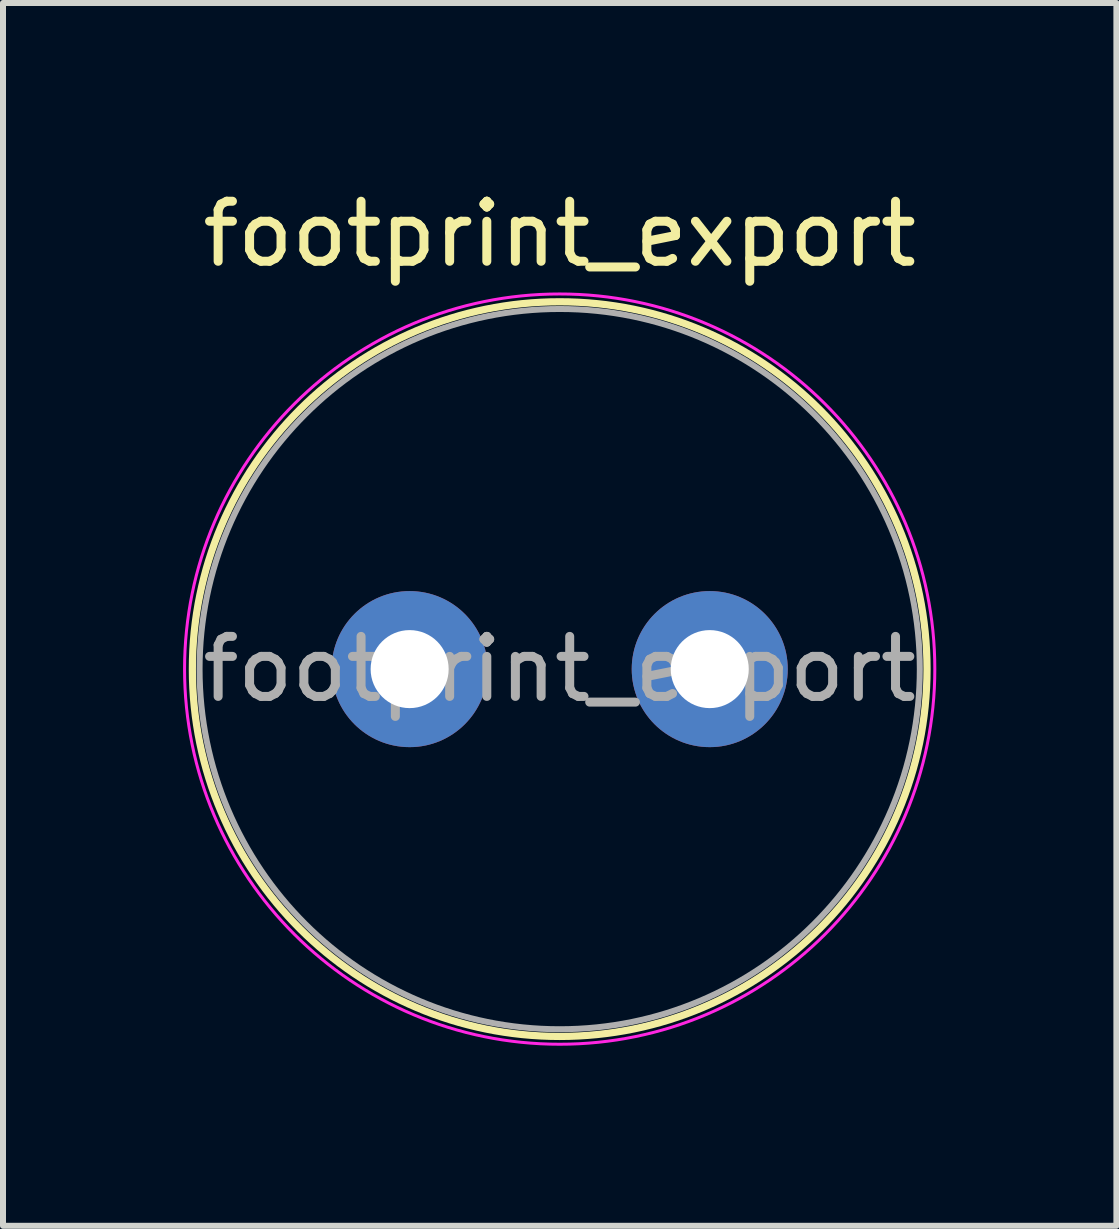
<source format=kicad_pcb>
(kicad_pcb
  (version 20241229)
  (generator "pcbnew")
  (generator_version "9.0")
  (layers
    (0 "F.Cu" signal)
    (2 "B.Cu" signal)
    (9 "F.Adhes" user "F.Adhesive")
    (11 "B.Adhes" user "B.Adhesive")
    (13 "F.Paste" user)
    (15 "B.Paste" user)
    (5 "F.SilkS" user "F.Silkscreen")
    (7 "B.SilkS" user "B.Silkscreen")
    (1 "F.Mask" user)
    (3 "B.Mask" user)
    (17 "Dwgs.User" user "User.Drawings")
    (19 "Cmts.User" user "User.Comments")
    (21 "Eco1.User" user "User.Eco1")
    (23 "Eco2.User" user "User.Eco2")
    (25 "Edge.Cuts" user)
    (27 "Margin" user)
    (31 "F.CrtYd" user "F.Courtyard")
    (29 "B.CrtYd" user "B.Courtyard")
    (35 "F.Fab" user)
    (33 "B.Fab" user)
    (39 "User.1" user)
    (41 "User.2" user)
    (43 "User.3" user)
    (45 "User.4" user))
  (footprint "footprint_export"
    (layer "F.Cu")
    (at 3.775 8.098)
    (property "Reference" "footprint_export" (at 2.5 -7.25 0) (layer "F.SilkS") (effects (font (size 1 1) (thickness 0.15))))
    (attr through_hole)
    (fp_circle (center 2.5 0) (end 8.62 0) (stroke (width 0.12) (type solid)) (fill no) (layer "F.SilkS"))
    (fp_circle (center 2.5 0) (end 8.75 0) (stroke (width 0.05) (type solid)) (fill no) (layer "F.CrtYd"))
    (fp_circle (center 2.5 0) (end 8.5 0) (stroke (width 0.1) (type solid)) (fill no) (layer "F.Fab"))
    (fp_text user "${REFERENCE}" (at 2.5 0 0) (layer "F.Fab") (effects (font (size 1 1) (thickness 0.15))))
    (pad "1" thru_hole circle (at 0 0) (size 2.6 2.6) (drill 1.3) (layers "*.Cu" "*.Mask"))
    (pad "2" thru_hole circle (at 5 0) (size 2.6 2.6) (drill 1.3) (layers "*.Cu" "*.Mask")))
  (gr_rect
    (start -3 -3)
    (end 15.55 17.373)
    (stroke (width 0.1) (type default))
    (fill no)
    (layer "Edge.Cuts")))
</source>
